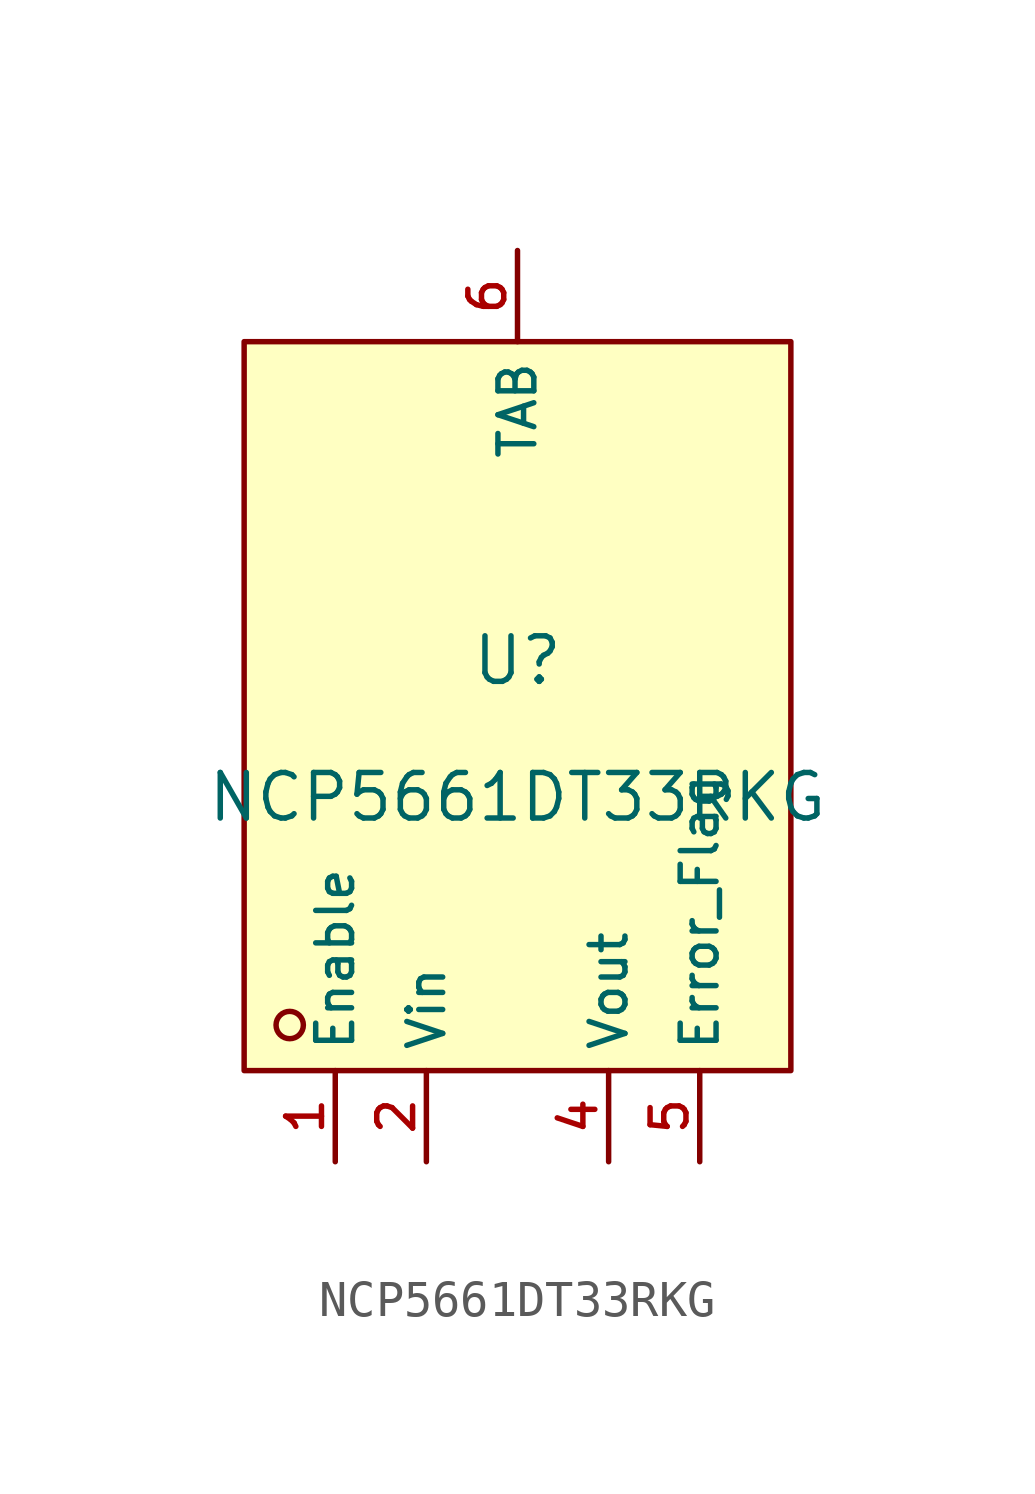
<source format=kicad_sym>
(kicad_symbol_lib
  (version 20210201)
  (generator TousstNicolas/JLC2KiCad_lib)
  (symbol "NCP5661DT33RKG"
    (property "Reference" "U"
      (at 0 1.27 0)
      (effects (font (size 1.27 1.27))))
    (property "Value" "NCP5661DT33RKG"
      (at 0 -2.54 0)
      (effects (font (size 1.27 1.27))))
    (symbol "NCP5661DT33RKG_0_1"
      (rectangle (start -7.62 10.16) (end 7.62 -10.16) (stroke (width 0) (type default) (color 0 0 0 0)) (fill (type background)))
      (circle (center -6.35 -8.89) (radius 0.381) (stroke (width 0) (type default) (color 0 0 0 0)) (fill (type background)))
      (pin unspecified line (at -5.08 -12.7 90) (length 2.54) (name "Enable" (effects (font (size 1 1)))) (number "1" (effects (font (size 1 1)))))
      (pin unspecified line (at -2.54 -12.7 90) (length 2.54) (name "Vin" (effects (font (size 1 1)))) (number "2" (effects (font (size 1 1)))))
      (pin unspecified line (at 2.54 -12.7 90) (length 2.54) (name "Vout" (effects (font (size 1 1)))) (number "4" (effects (font (size 1 1)))))
      (pin unspecified line (at 5.08 -12.7 90) (length 2.54) (name "Error_Flag" (effects (font (size 1 1)))) (number "5" (effects (font (size 1 1)))))
      (pin unspecified line (at 0.0 12.7 270) (length 2.54) (name "TAB" (effects (font (size 1 1)))) (number "6" (effects (font (size 1 1))))))))
</source>
